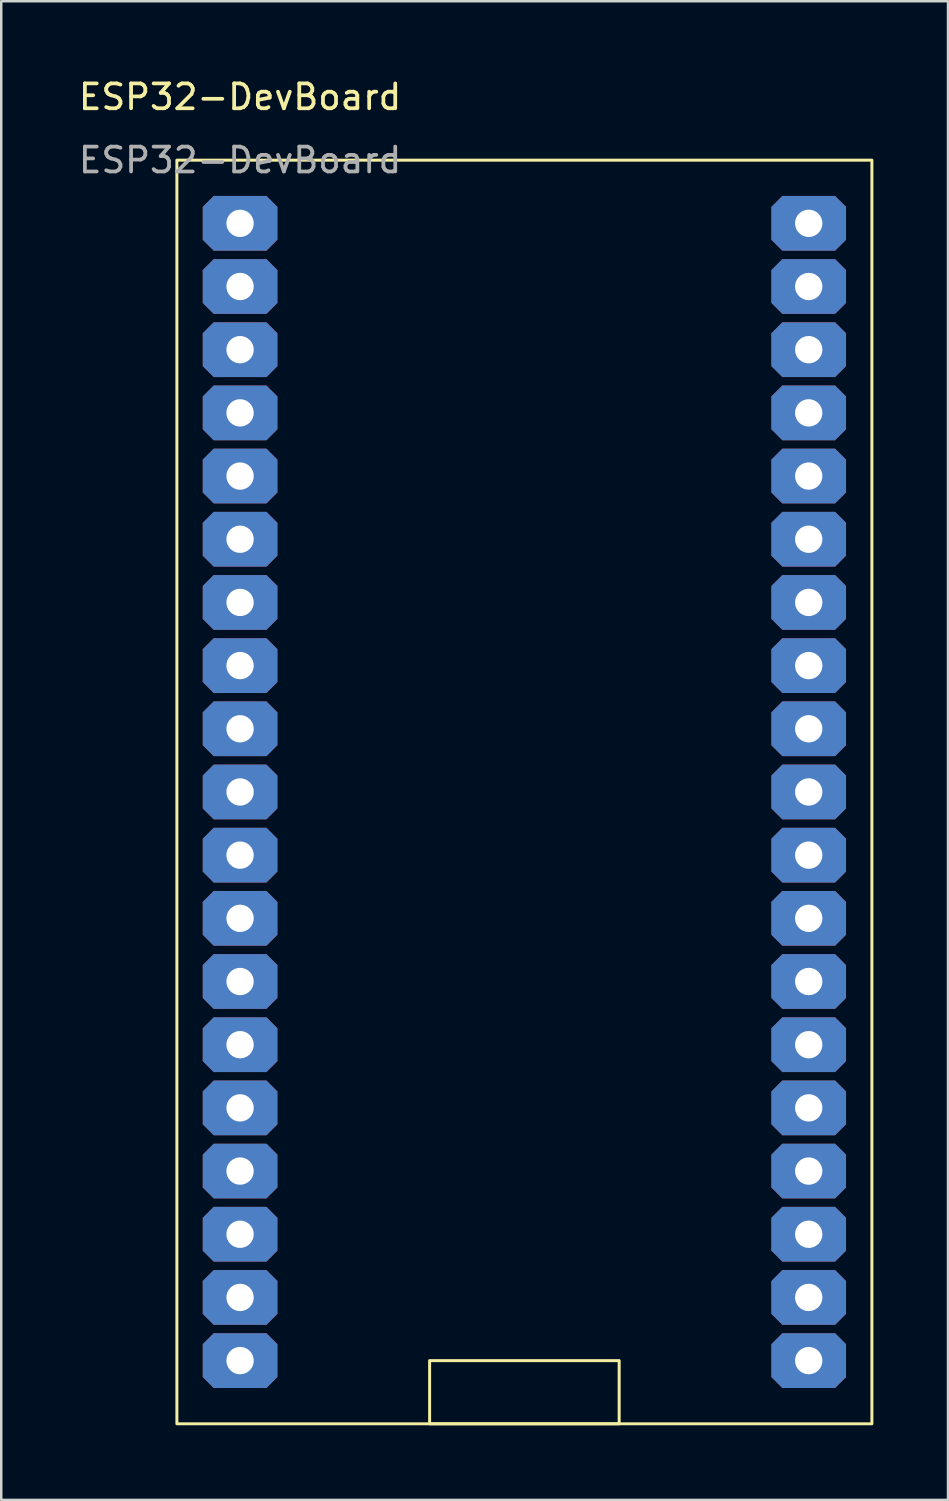
<source format=kicad_pcb>
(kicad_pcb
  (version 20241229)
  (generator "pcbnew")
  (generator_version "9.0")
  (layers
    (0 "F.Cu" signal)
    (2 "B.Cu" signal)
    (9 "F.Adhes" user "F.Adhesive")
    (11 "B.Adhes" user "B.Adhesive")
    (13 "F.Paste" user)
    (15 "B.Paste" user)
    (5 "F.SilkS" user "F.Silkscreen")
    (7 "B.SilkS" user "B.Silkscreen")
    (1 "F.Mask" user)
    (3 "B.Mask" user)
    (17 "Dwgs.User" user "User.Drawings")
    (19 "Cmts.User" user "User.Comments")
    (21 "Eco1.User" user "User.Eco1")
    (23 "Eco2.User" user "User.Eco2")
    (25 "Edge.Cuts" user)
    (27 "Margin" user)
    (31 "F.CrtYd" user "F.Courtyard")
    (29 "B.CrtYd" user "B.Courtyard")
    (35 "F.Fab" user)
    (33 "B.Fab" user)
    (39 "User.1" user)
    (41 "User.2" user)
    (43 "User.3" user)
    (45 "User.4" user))
  (footprint "ESP32-DevBoard"
    (layer "F.Cu")
    (at 6.601 21.168)
    (property "Reference" "ESP32-DevBoard" (at 0 -20.32 0) (unlocked yes) (layer "F.SilkS") (effects (font (size 1 1) (thickness 0.15))))
    (attr through_hole)
    (fp_rect (start -2.54 -17.78) (end 25.4 33.02) (stroke (width 0.12) (type solid)) (fill no) (layer "F.SilkS"))
    (fp_rect (start 7.62 30.48) (end 15.24 33.02) (stroke (width 0.12) (type solid)) (fill no) (layer "F.SilkS"))
    (fp_text user "${REFERENCE}" (at 0 -17.78 0) (unlocked yes) (layer "F.Fab") (effects (font (size 1 1) (thickness 0.15))))
    (pad "1" thru_hole roundrect (at 0 -15.24) (size 3 2.2) (drill 1.1) (layers "*.Cu" "*.Mask") (roundrect_rratio 0) (chamfer_ratio 0.2) (chamfer top_left top_right bottom_left bottom_right))
    (pad "2" thru_hole roundrect (at 0 -12.7) (size 3 2.2) (drill 1.1) (layers "*.Cu" "*.Mask") (roundrect_rratio 0) (chamfer_ratio 0.2) (chamfer top_left top_right bottom_left bottom_right))
    (pad "3" thru_hole roundrect (at 0 -10.16) (size 3 2.2) (drill 1.1) (layers "*.Cu" "*.Mask") (roundrect_rratio 0) (chamfer_ratio 0.2) (chamfer top_left top_right bottom_left bottom_right))
    (pad "4" thru_hole roundrect (at 0 -7.62) (size 3 2.2) (drill 1.1) (layers "*.Cu" "*.Mask") (roundrect_rratio 0) (chamfer_ratio 0.2) (chamfer top_left top_right bottom_left bottom_right))
    (pad "5" thru_hole roundrect (at 0 -5.08) (size 3 2.2) (drill 1.1) (layers "*.Cu" "*.Mask") (roundrect_rratio 0) (chamfer_ratio 0.2) (chamfer top_left top_right bottom_left bottom_right))
    (pad "6" thru_hole roundrect (at 0 -2.54) (size 3 2.2) (drill 1.1) (layers "*.Cu" "*.Mask") (roundrect_rratio 0) (chamfer_ratio 0.2) (chamfer top_left top_right bottom_left bottom_right))
    (pad "7" thru_hole roundrect (at 0 0) (size 3 2.2) (drill 1.1) (layers "*.Cu" "*.Mask") (roundrect_rratio 0) (chamfer_ratio 0.2) (chamfer top_left top_right bottom_left bottom_right))
    (pad "8" thru_hole roundrect (at 0 2.54) (size 3 2.2) (drill 1.1) (layers "*.Cu" "*.Mask") (roundrect_rratio 0) (chamfer_ratio 0.2) (chamfer top_left top_right bottom_left bottom_right))
    (pad "9" thru_hole roundrect (at 0 5.08) (size 3 2.2) (drill 1.1) (layers "*.Cu" "*.Mask") (roundrect_rratio 0) (chamfer_ratio 0.2) (chamfer top_left top_right bottom_left bottom_right))
    (pad "10" thru_hole roundrect (at 0 7.62) (size 3 2.2) (drill 1.1) (layers "*.Cu" "*.Mask") (roundrect_rratio 0) (chamfer_ratio 0.2) (chamfer top_left top_right bottom_left bottom_right))
    (pad "11" thru_hole roundrect (at 0 10.16) (size 3 2.2) (drill 1.1) (layers "*.Cu" "*.Mask") (roundrect_rratio 0) (chamfer_ratio 0.2) (chamfer top_left top_right bottom_left bottom_right))
    (pad "12" thru_hole roundrect (at 0 12.7) (size 3 2.2) (drill 1.1) (layers "*.Cu" "*.Mask") (roundrect_rratio 0) (chamfer_ratio 0.2) (chamfer top_left top_right bottom_left bottom_right))
    (pad "13" thru_hole roundrect (at 0 15.24) (size 3 2.2) (drill 1.1) (layers "*.Cu" "*.Mask") (roundrect_rratio 0) (chamfer_ratio 0.2) (chamfer top_left top_right bottom_left bottom_right))
    (pad "14" thru_hole roundrect (at 0 17.78) (size 3 2.2) (drill 1.1) (layers "*.Cu" "*.Mask") (roundrect_rratio 0) (chamfer_ratio 0.2) (chamfer top_left top_right bottom_left bottom_right))
    (pad "15" thru_hole roundrect (at 0 20.32) (size 3 2.2) (drill 1.1) (layers "*.Cu" "*.Mask") (roundrect_rratio 0) (chamfer_ratio 0.2) (chamfer top_left top_right bottom_left bottom_right))
    (pad "16" thru_hole roundrect (at 0 22.86) (size 3 2.2) (drill 1.1) (layers "*.Cu" "*.Mask") (roundrect_rratio 0) (chamfer_ratio 0.2) (chamfer top_left top_right bottom_left bottom_right))
    (pad "17" thru_hole roundrect (at 0 25.4) (size 3 2.2) (drill 1.1) (layers "*.Cu" "*.Mask") (roundrect_rratio 0) (chamfer_ratio 0.2) (chamfer top_left top_right bottom_left bottom_right))
    (pad "18" thru_hole roundrect (at 0 27.94) (size 3 2.2) (drill 1.1) (layers "*.Cu" "*.Mask") (roundrect_rratio 0) (chamfer_ratio 0.2) (chamfer top_left top_right bottom_left bottom_right))
    (pad "19" thru_hole roundrect (at 0 30.48) (size 3 2.2) (drill 1.1) (layers "*.Cu" "*.Mask") (roundrect_rratio 0) (chamfer_ratio 0.2) (chamfer top_left top_right bottom_left bottom_right))
    (pad "20" thru_hole roundrect (at 22.86 30.48) (size 3 2.2) (drill 1.1) (layers "*.Cu" "*.Mask") (roundrect_rratio 0) (chamfer_ratio 0.2) (chamfer top_left top_right bottom_left bottom_right))
    (pad "21" thru_hole roundrect (at 22.86 27.94) (size 3 2.2) (drill 1.1) (layers "*.Cu" "*.Mask") (roundrect_rratio 0) (chamfer_ratio 0.2) (chamfer top_left top_right bottom_left bottom_right))
    (pad "22" thru_hole roundrect (at 22.86 25.4) (size 3 2.2) (drill 1.1) (layers "*.Cu" "*.Mask") (roundrect_rratio 0) (chamfer_ratio 0.2) (chamfer top_left top_right bottom_left bottom_right))
    (pad "23" thru_hole roundrect (at 22.86 22.86) (size 3 2.2) (drill 1.1) (layers "*.Cu" "*.Mask") (roundrect_rratio 0) (chamfer_ratio 0.2) (chamfer top_left top_right bottom_left bottom_right))
    (pad "24" thru_hole roundrect (at 22.86 20.32) (size 3 2.2) (drill 1.1) (layers "*.Cu" "*.Mask") (roundrect_rratio 0) (chamfer_ratio 0.2) (chamfer top_left top_right bottom_left bottom_right))
    (pad "25" thru_hole roundrect (at 22.86 17.78) (size 3 2.2) (drill 1.1) (layers "*.Cu" "*.Mask") (roundrect_rratio 0) (chamfer_ratio 0.2) (chamfer top_left top_right bottom_left bottom_right))
    (pad "26" thru_hole roundrect (at 22.86 15.24) (size 3 2.2) (drill 1.1) (layers "*.Cu" "*.Mask") (roundrect_rratio 0) (chamfer_ratio 0.2) (chamfer top_left top_right bottom_left bottom_right))
    (pad "27" thru_hole roundrect (at 22.86 12.7) (size 3 2.2) (drill 1.1) (layers "*.Cu" "*.Mask") (roundrect_rratio 0) (chamfer_ratio 0.2) (chamfer top_left top_right bottom_left bottom_right))
    (pad "28" thru_hole roundrect (at 22.86 10.16) (size 3 2.2) (drill 1.1) (layers "*.Cu" "*.Mask") (roundrect_rratio 0) (chamfer_ratio 0.2) (chamfer top_left top_right bottom_left bottom_right))
    (pad "29" thru_hole roundrect (at 22.86 7.62) (size 3 2.2) (drill 1.1) (layers "*.Cu" "*.Mask") (roundrect_rratio 0) (chamfer_ratio 0.2) (chamfer top_left top_right bottom_left bottom_right))
    (pad "30" thru_hole roundrect (at 22.86 5.08) (size 3 2.2) (drill 1.1) (layers "*.Cu" "*.Mask") (roundrect_rratio 0) (chamfer_ratio 0.2) (chamfer top_left top_right bottom_left bottom_right))
    (pad "31" thru_hole roundrect (at 22.86 2.54) (size 3 2.2) (drill 1.1) (layers "*.Cu" "*.Mask") (roundrect_rratio 0) (chamfer_ratio 0.2) (chamfer top_left top_right bottom_left bottom_right))
    (pad "32" thru_hole roundrect (at 22.86 0) (size 3 2.2) (drill 1.1) (layers "*.Cu" "*.Mask") (roundrect_rratio 0) (chamfer_ratio 0.2) (chamfer top_left top_right bottom_left bottom_right))
    (pad "33" thru_hole roundrect (at 22.86 -2.54) (size 3 2.2) (drill 1.1) (layers "*.Cu" "*.Mask") (roundrect_rratio 0) (chamfer_ratio 0.2) (chamfer top_left top_right bottom_left bottom_right))
    (pad "34" thru_hole roundrect (at 22.86 -5.08) (size 3 2.2) (drill 1.1) (layers "*.Cu" "*.Mask") (roundrect_rratio 0) (chamfer_ratio 0.2) (chamfer top_left top_right bottom_left bottom_right))
    (pad "35" thru_hole roundrect (at 22.86 -7.62) (size 3 2.2) (drill 1.1) (layers "*.Cu" "*.Mask") (roundrect_rratio 0) (chamfer_ratio 0.2) (chamfer top_left top_right bottom_left bottom_right))
    (pad "36" thru_hole roundrect (at 22.86 -10.16) (size 3 2.2) (drill 1.1) (layers "*.Cu" "*.Mask") (roundrect_rratio 0) (chamfer_ratio 0.2) (chamfer top_left top_right bottom_left bottom_right))
    (pad "37" thru_hole roundrect (at 22.86 -12.7) (size 3 2.2) (drill 1.1) (layers "*.Cu" "*.Mask") (roundrect_rratio 0) (chamfer_ratio 0.2) (chamfer top_left top_right bottom_left bottom_right))
    (pad "38" thru_hole roundrect (at 22.86 -15.24) (size 3 2.2) (drill 1.1) (layers "*.Cu" "*.Mask") (roundrect_rratio 0) (chamfer_ratio 0.2) (chamfer top_left top_right bottom_left bottom_right)))
  (gr_rect
    (start -3 -3)
    (end 35.061 57.248)
    (stroke (width 0.1) (type default))
    (fill no)
    (layer "Edge.Cuts")))
</source>
